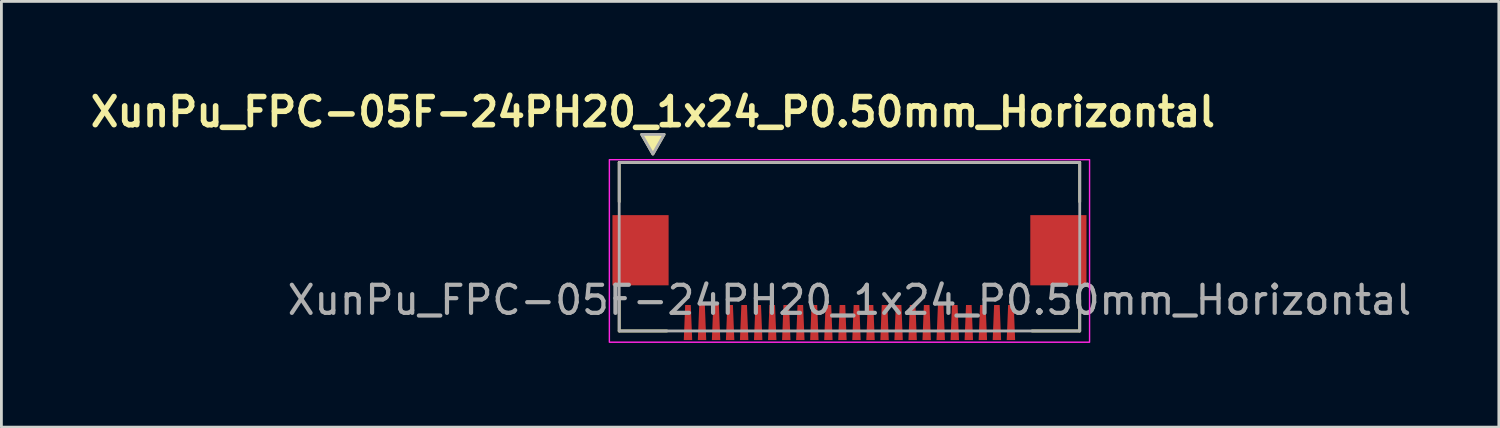
<source format=kicad_pcb>
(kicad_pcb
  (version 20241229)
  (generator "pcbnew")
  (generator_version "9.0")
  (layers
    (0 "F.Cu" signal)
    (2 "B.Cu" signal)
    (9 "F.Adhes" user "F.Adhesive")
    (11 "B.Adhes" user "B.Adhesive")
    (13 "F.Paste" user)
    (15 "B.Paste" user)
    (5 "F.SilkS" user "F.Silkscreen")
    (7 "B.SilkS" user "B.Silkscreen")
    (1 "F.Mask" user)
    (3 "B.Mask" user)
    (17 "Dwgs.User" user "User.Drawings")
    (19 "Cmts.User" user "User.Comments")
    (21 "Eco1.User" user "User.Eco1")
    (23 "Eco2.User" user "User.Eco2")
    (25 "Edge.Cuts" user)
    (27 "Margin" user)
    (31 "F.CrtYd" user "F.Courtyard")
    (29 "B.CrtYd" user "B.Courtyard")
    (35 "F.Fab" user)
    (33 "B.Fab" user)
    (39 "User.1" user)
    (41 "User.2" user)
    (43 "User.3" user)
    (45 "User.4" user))
  (footprint "XunPu_FPC-05F-24PH20_1x24_P0.50mm_Horizontal"
    (layer "F.Cu")
    (at 27.2 6.136)
    (property "Reference" "XunPu_FPC-05F-24PH20_1x24_P0.50mm_Horizontal" (at -7 -5.2 0) (unlocked yes) (layer "F.SilkS") (effects (font (size 1 1) (thickness 0.2) (bold yes))))
    (attr smd)
    (fp_line (start -8.2 -3.4) (end 8.2 -3.4) (stroke (width 0.1) (type default)) (layer "F.SilkS"))
    (fp_line (start -8.2 -2) (end -8.2 -3.4) (stroke (width 0.1) (type default)) (layer "F.SilkS"))
    (fp_line (start -8.2 2.6) (end -8.2 1.5) (stroke (width 0.1) (type default)) (layer "F.SilkS"))
    (fp_line (start -6.5 2.6) (end -8.2 2.6) (stroke (width 0.1) (type default)) (layer "F.SilkS"))
    (fp_line (start 8.2 -3.4) (end 8.2 -2) (stroke (width 0.1) (type default)) (layer "F.SilkS"))
    (fp_line (start 8.2 1.5) (end 8.2 2.6) (stroke (width 0.1) (type default)) (layer "F.SilkS"))
    (fp_line (start 8.2 2.6) (end 6.5 2.6) (stroke (width 0.1) (type default)) (layer "F.SilkS"))
    (fp_poly (pts (xy -7.4 -4.4) (xy -7 -3.7) (xy -6.6 -4.4)) (stroke (width 0.1) (type solid)) (fill yes) (layer "F.SilkS"))
    (fp_rect (start -8.55 -3.5) (end 8.55 3) (stroke (width 0.05) (type default)) (fill no) (layer "F.CrtYd"))
    (fp_rect (start -8.2 -3.4) (end 8.2 2.6) (stroke (width 0.1) (type default)) (fill no) (layer "F.Fab"))
    (fp_poly (pts (xy -7.4 -4.4) (xy -7 -3.7) (xy -6.6 -4.4)) (stroke (width 0.1) (type solid)) (fill no) (layer "F.Fab"))
    (fp_text user "${REFERENCE}" (at 0 1.5 0) (unlocked yes) (layer "F.Fab") (effects (font (size 1 1) (thickness 0.15))))
    (pad "1" smd trapezoid (at -5.75 2.3) (size 0.25 1.25) (rect_delta 0 0.05) (layers "F.Cu" "F.Mask" "F.Paste"))
    (pad "2" smd trapezoid (at -5.25 2.3) (size 0.25 1.25) (rect_delta 0 0.05) (layers "F.Cu" "F.Mask" "F.Paste"))
    (pad "3" smd trapezoid (at -4.75 2.3) (size 0.25 1.25) (rect_delta 0 0.05) (layers "F.Cu" "F.Mask" "F.Paste"))
    (pad "4" smd trapezoid (at -4.25 2.3) (size 0.25 1.25) (rect_delta 0 0.05) (layers "F.Cu" "F.Mask" "F.Paste"))
    (pad "5" smd trapezoid (at -3.75 2.3) (size 0.25 1.25) (rect_delta 0 0.05) (layers "F.Cu" "F.Mask" "F.Paste"))
    (pad "6" smd trapezoid (at -3.25 2.3) (size 0.25 1.25) (rect_delta 0 0.05) (layers "F.Cu" "F.Mask" "F.Paste"))
    (pad "7" smd trapezoid (at -2.75 2.3) (size 0.25 1.25) (rect_delta 0 0.05) (layers "F.Cu" "F.Mask" "F.Paste"))
    (pad "8" smd trapezoid (at -2.25 2.3) (size 0.25 1.25) (rect_delta 0 0.05) (layers "F.Cu" "F.Mask" "F.Paste"))
    (pad "9" smd trapezoid (at -1.75 2.3) (size 0.25 1.25) (rect_delta 0 0.05) (layers "F.Cu" "F.Mask" "F.Paste"))
    (pad "10" smd trapezoid (at -1.25 2.3) (size 0.25 1.25) (rect_delta 0 0.05) (layers "F.Cu" "F.Mask" "F.Paste"))
    (pad "11" smd trapezoid (at -0.75 2.3) (size 0.25 1.25) (rect_delta 0 0.05) (layers "F.Cu" "F.Mask" "F.Paste"))
    (pad "12" smd trapezoid (at -0.25 2.3) (size 0.25 1.25) (rect_delta 0 0.05) (layers "F.Cu" "F.Mask" "F.Paste"))
    (pad "13" smd trapezoid (at 0.25 2.3) (size 0.25 1.25) (rect_delta 0 0.05) (layers "F.Cu" "F.Mask" "F.Paste"))
    (pad "14" smd trapezoid (at 0.75 2.3) (size 0.25 1.25) (rect_delta 0 0.05) (layers "F.Cu" "F.Mask" "F.Paste"))
    (pad "15" smd trapezoid (at 1.25 2.3) (size 0.25 1.25) (rect_delta 0 0.05) (layers "F.Cu" "F.Mask" "F.Paste"))
    (pad "16" smd trapezoid (at 1.75 2.3) (size 0.25 1.25) (rect_delta 0 0.05) (layers "F.Cu" "F.Mask" "F.Paste"))
    (pad "17" smd trapezoid (at 2.25 2.3) (size 0.25 1.25) (rect_delta 0 0.05) (layers "F.Cu" "F.Mask" "F.Paste"))
    (pad "18" smd trapezoid (at 2.75 2.3) (size 0.25 1.25) (rect_delta 0 0.05) (layers "F.Cu" "F.Mask" "F.Paste"))
    (pad "19" smd trapezoid (at 3.25 2.3) (size 0.25 1.25) (rect_delta 0 0.05) (layers "F.Cu" "F.Mask" "F.Paste"))
    (pad "20" smd trapezoid (at 3.75 2.3) (size 0.25 1.25) (rect_delta 0 0.05) (layers "F.Cu" "F.Mask" "F.Paste"))
    (pad "21" smd trapezoid (at 4.25 2.3) (size 0.25 1.25) (rect_delta 0 0.05) (layers "F.Cu" "F.Mask" "F.Paste"))
    (pad "22" smd trapezoid (at 4.75 2.3) (size 0.25 1.25) (rect_delta 0 0.05) (layers "F.Cu" "F.Mask" "F.Paste"))
    (pad "23" smd trapezoid (at 5.25 2.3) (size 0.25 1.25) (rect_delta 0 0.05) (layers "F.Cu" "F.Mask" "F.Paste"))
    (pad "24" smd trapezoid (at 5.75 2.3) (size 0.25 1.25) (rect_delta 0 0.05) (layers "F.Cu" "F.Mask" "F.Paste"))
    (pad "MP" smd trapezoid (at -7.44 -0.275) (size 2 2.5) (layers "F.Cu" "F.Mask" "F.Paste"))
    (pad "MP" smd trapezoid (at 7.44 -0.275) (size 2 2.5) (layers "F.Cu" "F.Mask" "F.Paste")))
  (gr_rect
    (start -3 -3)
    (end 50.325 12.161)
    (stroke (width 0.1) (type default))
    (fill no)
    (layer "Edge.Cuts")))
</source>
